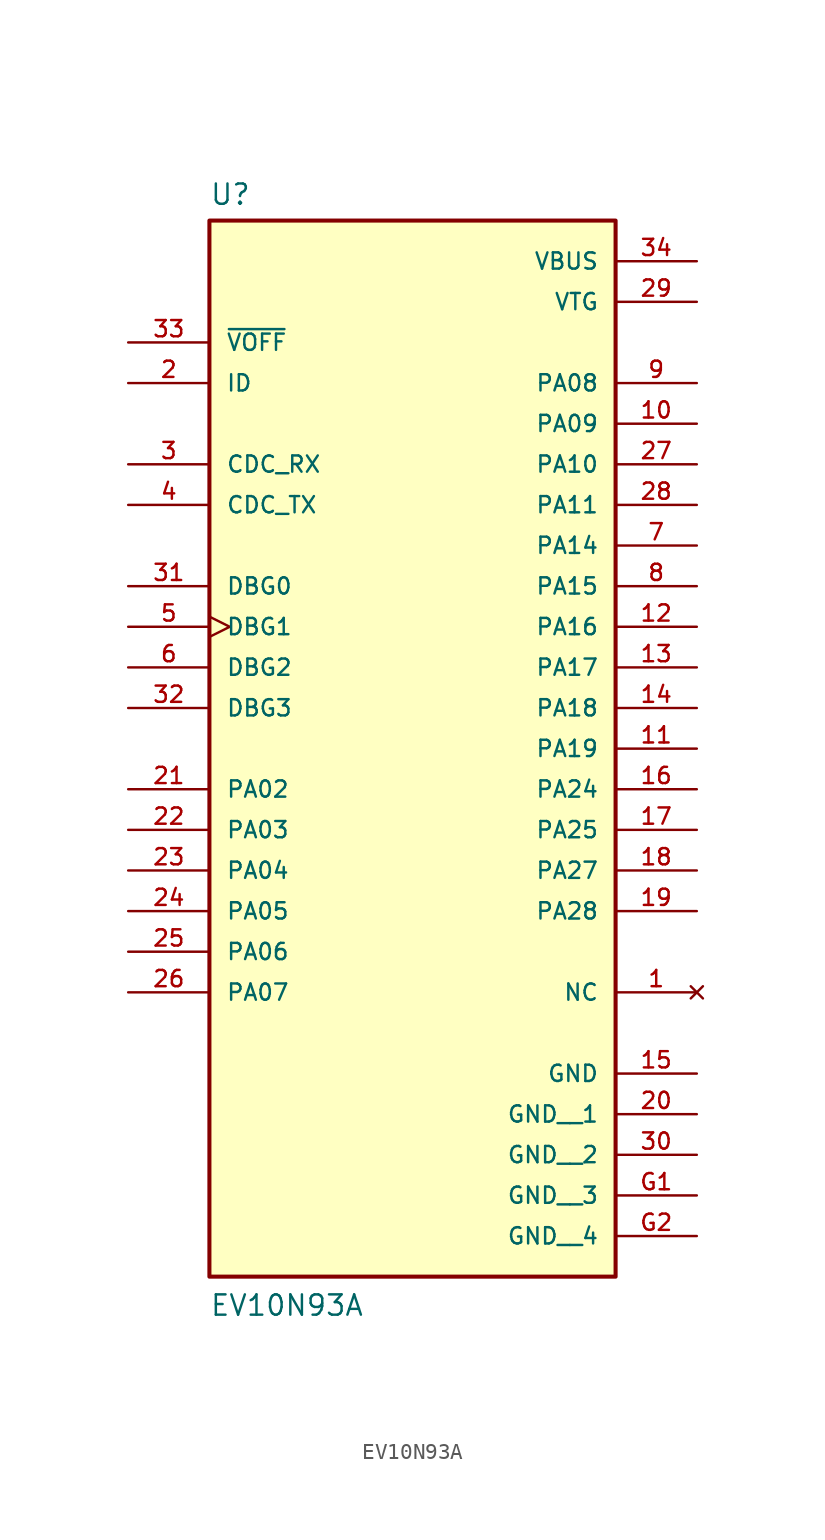
<source format=kicad_sym>
(kicad_symbol_lib
  (version 20211014)
  (generator kicad_symbol_editor)
  (symbol "EV10N93A"
    (pin_names
      (offset 1.016))
    (property "Reference" "U"
      (at -12.7 28.829 0)
      (effects (font (size 1.27 1.27)) (justify bottom left)))
    (property "Value" "EV10N93A"
      (at -12.7 -40.64 0)
      (effects (font (size 1.27 1.27)) (justify bottom left)))
    (symbol "EV10N93A_0_0"
      (rectangle (start -12.7 -38.1) (end 12.7 27.94) (stroke (width 0.254)) (fill (type background)))
      (pin no_connect line (at 17.78 -20.32 180.0) (length 5.08) (name "NC" (effects (font (size 1.016 1.016)))) (number "1" (effects (font (size 1.016 1.016)))))
      (pin bidirectional line (at -17.78 17.78 0) (length 5.08) (name "ID" (effects (font (size 1.016 1.016)))) (number "2" (effects (font (size 1.016 1.016)))))
      (pin input line (at -17.78 12.7 0) (length 5.08) (name "CDC_RX" (effects (font (size 1.016 1.016)))) (number "3" (effects (font (size 1.016 1.016)))))
      (pin output line (at -17.78 10.16 0) (length 5.08) (name "CDC_TX" (effects (font (size 1.016 1.016)))) (number "4" (effects (font (size 1.016 1.016)))))
      (pin input clock (at -17.78 2.54 0) (length 5.08) (name "DBG1" (effects (font (size 1.016 1.016)))) (number "5" (effects (font (size 1.016 1.016)))))
      (pin bidirectional line (at 17.78 7.62 180.0) (length 5.08) (name "PA14" (effects (font (size 1.016 1.016)))) (number "7" (effects (font (size 1.016 1.016)))))
      (pin bidirectional line (at -17.78 0.0 0) (length 5.08) (name "DBG2" (effects (font (size 1.016 1.016)))) (number "6" (effects (font (size 1.016 1.016)))))
      (pin bidirectional line (at 17.78 5.08 180.0) (length 5.08) (name "PA15" (effects (font (size 1.016 1.016)))) (number "8" (effects (font (size 1.016 1.016)))))
      (pin bidirectional line (at 17.78 17.78 180.0) (length 5.08) (name "PA08" (effects (font (size 1.016 1.016)))) (number "9" (effects (font (size 1.016 1.016)))))
      (pin bidirectional line (at 17.78 15.24 180.0) (length 5.08) (name "PA09" (effects (font (size 1.016 1.016)))) (number "10" (effects (font (size 1.016 1.016)))))
      (pin bidirectional line (at 17.78 -5.08 180.0) (length 5.08) (name "PA19" (effects (font (size 1.016 1.016)))) (number "11" (effects (font (size 1.016 1.016)))))
      (pin bidirectional line (at 17.78 2.54 180.0) (length 5.08) (name "PA16" (effects (font (size 1.016 1.016)))) (number "12" (effects (font (size 1.016 1.016)))))
      (pin bidirectional line (at 17.78 0.0 180.0) (length 5.08) (name "PA17" (effects (font (size 1.016 1.016)))) (number "13" (effects (font (size 1.016 1.016)))))
      (pin bidirectional line (at 17.78 -2.54 180.0) (length 5.08) (name "PA18" (effects (font (size 1.016 1.016)))) (number "14" (effects (font (size 1.016 1.016)))))
      (pin power_in line (at 17.78 -25.4 180.0) (length 5.08) (name "GND" (effects (font (size 1.016 1.016)))) (number "15" (effects (font (size 1.016 1.016)))))
      (pin bidirectional line (at 17.78 -7.62 180.0) (length 5.08) (name "PA24" (effects (font (size 1.016 1.016)))) (number "16" (effects (font (size 1.016 1.016)))))
      (pin bidirectional line (at 17.78 -10.16 180.0) (length 5.08) (name "PA25" (effects (font (size 1.016 1.016)))) (number "17" (effects (font (size 1.016 1.016)))))
      (pin bidirectional line (at 17.78 -12.7 180.0) (length 5.08) (name "PA27" (effects (font (size 1.016 1.016)))) (number "18" (effects (font (size 1.016 1.016)))))
      (pin bidirectional line (at 17.78 -15.24 180.0) (length 5.08) (name "PA28" (effects (font (size 1.016 1.016)))) (number "19" (effects (font (size 1.016 1.016)))))
      (pin bidirectional line (at -17.78 -7.62 0) (length 5.08) (name "PA02" (effects (font (size 1.016 1.016)))) (number "21" (effects (font (size 1.016 1.016)))))
      (pin bidirectional line (at -17.78 -10.16 0) (length 5.08) (name "PA03" (effects (font (size 1.016 1.016)))) (number "22" (effects (font (size 1.016 1.016)))))
      (pin bidirectional line (at -17.78 -12.7 0) (length 5.08) (name "PA04" (effects (font (size 1.016 1.016)))) (number "23" (effects (font (size 1.016 1.016)))))
      (pin bidirectional line (at -17.78 -15.24 0) (length 5.08) (name "PA05" (effects (font (size 1.016 1.016)))) (number "24" (effects (font (size 1.016 1.016)))))
      (pin bidirectional line (at -17.78 -17.78 0) (length 5.08) (name "PA06" (effects (font (size 1.016 1.016)))) (number "25" (effects (font (size 1.016 1.016)))))
      (pin bidirectional line (at -17.78 -20.32 0) (length 5.08) (name "PA07" (effects (font (size 1.016 1.016)))) (number "26" (effects (font (size 1.016 1.016)))))
      (pin bidirectional line (at 17.78 12.7 180.0) (length 5.08) (name "PA10" (effects (font (size 1.016 1.016)))) (number "27" (effects (font (size 1.016 1.016)))))
      (pin bidirectional line (at 17.78 10.16 180.0) (length 5.08) (name "PA11" (effects (font (size 1.016 1.016)))) (number "28" (effects (font (size 1.016 1.016)))))
      (pin power_in line (at 17.78 22.86 180.0) (length 5.08) (name "VTG" (effects (font (size 1.016 1.016)))) (number "29" (effects (font (size 1.016 1.016)))))
      (pin bidirectional line (at -17.78 5.08 0) (length 5.08) (name "DBG0" (effects (font (size 1.016 1.016)))) (number "31" (effects (font (size 1.016 1.016)))))
      (pin input line (at -17.78 -2.54 0) (length 5.08) (name "DBG3" (effects (font (size 1.016 1.016)))) (number "32" (effects (font (size 1.016 1.016)))))
      (pin input line (at -17.78 20.32 0) (length 5.08) (name "~{VOFF}" (effects (font (size 1.016 1.016)))) (number "33" (effects (font (size 1.016 1.016)))))
      (pin power_in line (at 17.78 25.4 180.0) (length 5.08) (name "VBUS" (effects (font (size 1.016 1.016)))) (number "34" (effects (font (size 1.016 1.016)))))
      (pin power_in line (at 17.78 -27.94 180.0) (length 5.08) (name "GND__1" (effects (font (size 1.016 1.016)))) (number "20" (effects (font (size 1.016 1.016)))))
      (pin power_in line (at 17.78 -30.48 180.0) (length 5.08) (name "GND__2" (effects (font (size 1.016 1.016)))) (number "30" (effects (font (size 1.016 1.016)))))
      (pin power_in line (at 17.78 -33.02 180.0) (length 5.08) (name "GND__3" (effects (font (size 1.016 1.016)))) (number "G1" (effects (font (size 1.016 1.016)))))
      (pin power_in line (at 17.78 -35.56 180.0) (length 5.08) (name "GND__4" (effects (font (size 1.016 1.016)))) (number "G2" (effects (font (size 1.016 1.016))))))))
</source>
